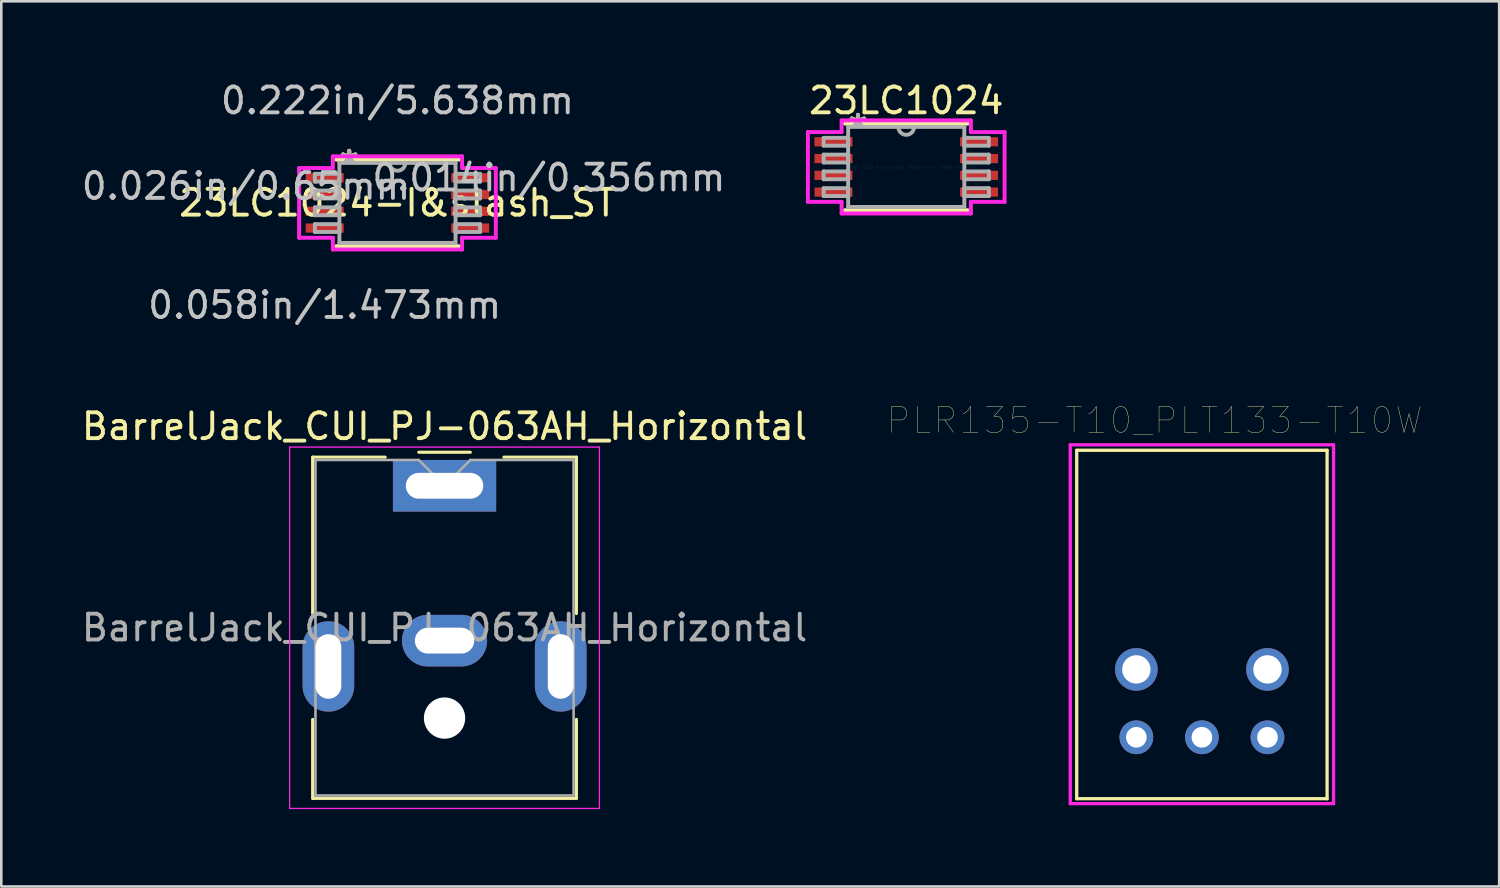
<source format=kicad_pcb>
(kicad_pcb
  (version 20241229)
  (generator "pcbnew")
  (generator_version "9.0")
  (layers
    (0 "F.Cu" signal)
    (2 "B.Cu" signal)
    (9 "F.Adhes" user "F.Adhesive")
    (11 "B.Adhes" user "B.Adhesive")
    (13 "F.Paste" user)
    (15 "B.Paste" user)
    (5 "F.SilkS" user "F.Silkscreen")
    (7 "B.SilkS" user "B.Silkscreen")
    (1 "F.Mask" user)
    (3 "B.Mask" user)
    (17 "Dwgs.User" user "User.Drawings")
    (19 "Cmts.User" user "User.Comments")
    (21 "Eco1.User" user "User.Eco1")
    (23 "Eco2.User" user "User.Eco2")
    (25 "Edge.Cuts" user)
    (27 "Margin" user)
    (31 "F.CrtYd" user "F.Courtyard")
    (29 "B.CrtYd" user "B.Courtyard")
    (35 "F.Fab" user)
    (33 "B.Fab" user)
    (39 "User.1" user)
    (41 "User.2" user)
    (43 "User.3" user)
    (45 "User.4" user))
  (footprint "23LC1024-I&slash_ST"
    (layer "F.Cu")
    (at 12.349 4.811)
    (property "Reference" "23LC1024-I&slash_ST" (at 0 0 0) (layer "F.SilkS") (effects (font (size 1 1) (thickness 0.15))))
    (attr through_hole)
    (fp_line (start -2.377 1.677) (end 2.377 1.677) (stroke (width 0.152) (type solid)) (layer "F.SilkS"))
    (fp_line (start 2.377 -1.677) (end -2.377 -1.677) (stroke (width 0.152) (type solid)) (layer "F.SilkS"))
    (fp_line (start -3.81 -1.351) (end -2.504 -1.351) (stroke (width 0.152) (type solid)) (layer "F.CrtYd"))
    (fp_line (start -3.81 1.351) (end -3.81 -1.351) (stroke (width 0.152) (type solid)) (layer "F.CrtYd"))
    (fp_line (start -2.504 -1.804) (end 2.504 -1.804) (stroke (width 0.152) (type solid)) (layer "F.CrtYd"))
    (fp_line (start -2.504 -1.351) (end -2.504 -1.804) (stroke (width 0.152) (type solid)) (layer "F.CrtYd"))
    (fp_line (start -2.504 1.351) (end -3.81 1.351) (stroke (width 0.152) (type solid)) (layer "F.CrtYd"))
    (fp_line (start -2.504 1.804) (end -2.504 1.351) (stroke (width 0.152) (type solid)) (layer "F.CrtYd"))
    (fp_line (start 2.504 -1.804) (end 2.504 -1.351) (stroke (width 0.152) (type solid)) (layer "F.CrtYd"))
    (fp_line (start 2.504 -1.351) (end 3.81 -1.351) (stroke (width 0.152) (type solid)) (layer "F.CrtYd"))
    (fp_line (start 2.504 1.351) (end 2.504 1.804) (stroke (width 0.152) (type solid)) (layer "F.CrtYd"))
    (fp_line (start 2.504 1.804) (end -2.504 1.804) (stroke (width 0.152) (type solid)) (layer "F.CrtYd"))
    (fp_line (start 3.81 -1.351) (end 3.81 1.351) (stroke (width 0.152) (type solid)) (layer "F.CrtYd"))
    (fp_line (start 3.81 1.351) (end 2.504 1.351) (stroke (width 0.152) (type solid)) (layer "F.CrtYd"))
    (fp_line (start -3.2 -1.127) (end -3.2 -0.823) (stroke (width 0.152) (type solid)) (layer "F.Fab"))
    (fp_line (start -3.2 -0.823) (end -2.25 -0.823) (stroke (width 0.152) (type solid)) (layer "F.Fab"))
    (fp_line (start -3.2 -0.477) (end -3.2 -0.173) (stroke (width 0.152) (type solid)) (layer "F.Fab"))
    (fp_line (start -3.2 -0.173) (end -2.25 -0.173) (stroke (width 0.152) (type solid)) (layer "F.Fab"))
    (fp_line (start -3.2 0.173) (end -3.2 0.477) (stroke (width 0.152) (type solid)) (layer "F.Fab"))
    (fp_line (start -3.2 0.477) (end -2.25 0.477) (stroke (width 0.152) (type solid)) (layer "F.Fab"))
    (fp_line (start -3.2 0.823) (end -3.2 1.127) (stroke (width 0.152) (type solid)) (layer "F.Fab"))
    (fp_line (start -3.2 1.127) (end -2.25 1.127) (stroke (width 0.152) (type solid)) (layer "F.Fab"))
    (fp_line (start -2.25 -1.55) (end -2.25 1.55) (stroke (width 0.152) (type solid)) (layer "F.Fab"))
    (fp_line (start -2.25 -1.127) (end -3.2 -1.127) (stroke (width 0.152) (type solid)) (layer "F.Fab"))
    (fp_line (start -2.25 -0.823) (end -2.25 -1.127) (stroke (width 0.152) (type solid)) (layer "F.Fab"))
    (fp_line (start -2.25 -0.477) (end -3.2 -0.477) (stroke (width 0.152) (type solid)) (layer "F.Fab"))
    (fp_line (start -2.25 -0.173) (end -2.25 -0.477) (stroke (width 0.152) (type solid)) (layer "F.Fab"))
    (fp_line (start -2.25 0.173) (end -3.2 0.173) (stroke (width 0.152) (type solid)) (layer "F.Fab"))
    (fp_line (start -2.25 0.477) (end -2.25 0.173) (stroke (width 0.152) (type solid)) (layer "F.Fab"))
    (fp_line (start -2.25 0.823) (end -3.2 0.823) (stroke (width 0.152) (type solid)) (layer "F.Fab"))
    (fp_line (start -2.25 1.127) (end -2.25 0.823) (stroke (width 0.152) (type solid)) (layer "F.Fab"))
    (fp_line (start -2.25 1.55) (end 2.25 1.55) (stroke (width 0.152) (type solid)) (layer "F.Fab"))
    (fp_line (start 2.25 -1.55) (end -2.25 -1.55) (stroke (width 0.152) (type solid)) (layer "F.Fab"))
    (fp_line (start 2.25 -1.127) (end 2.25 -0.823) (stroke (width 0.152) (type solid)) (layer "F.Fab"))
    (fp_line (start 2.25 -0.823) (end 3.2 -0.823) (stroke (width 0.152) (type solid)) (layer "F.Fab"))
    (fp_line (start 2.25 -0.477) (end 2.25 -0.173) (stroke (width 0.152) (type solid)) (layer "F.Fab"))
    (fp_line (start 2.25 -0.173) (end 3.2 -0.173) (stroke (width 0.152) (type solid)) (layer "F.Fab"))
    (fp_line (start 2.25 0.173) (end 2.25 0.477) (stroke (width 0.152) (type solid)) (layer "F.Fab"))
    (fp_line (start 2.25 0.477) (end 3.2 0.477) (stroke (width 0.152) (type solid)) (layer "F.Fab"))
    (fp_line (start 2.25 0.823) (end 2.25 1.127) (stroke (width 0.152) (type solid)) (layer "F.Fab"))
    (fp_line (start 2.25 1.127) (end 3.2 1.127) (stroke (width 0.152) (type solid)) (layer "F.Fab"))
    (fp_line (start 2.25 1.55) (end 2.25 -1.55) (stroke (width 0.152) (type solid)) (layer "F.Fab"))
    (fp_line (start 3.2 -1.127) (end 2.25 -1.127) (stroke (width 0.152) (type solid)) (layer "F.Fab"))
    (fp_line (start 3.2 -0.823) (end 3.2 -1.127) (stroke (width 0.152) (type solid)) (layer "F.Fab"))
    (fp_line (start 3.2 -0.477) (end 2.25 -0.477) (stroke (width 0.152) (type solid)) (layer "F.Fab"))
    (fp_line (start 3.2 -0.173) (end 3.2 -0.477) (stroke (width 0.152) (type solid)) (layer "F.Fab"))
    (fp_line (start 3.2 0.173) (end 2.25 0.173) (stroke (width 0.152) (type solid)) (layer "F.Fab"))
    (fp_line (start 3.2 0.477) (end 3.2 0.173) (stroke (width 0.152) (type solid)) (layer "F.Fab"))
    (fp_line (start 3.2 0.823) (end 2.25 0.823) (stroke (width 0.152) (type solid)) (layer "F.Fab"))
    (fp_line (start 3.2 1.127) (end 3.2 0.823) (stroke (width 0.152) (type solid)) (layer "F.Fab"))
    (fp_arc (start 0.3048 -1.549999) (mid 0 -1.245199) (end -0.3048 -1.549999) (stroke (width 0.1524) (type solid)) (layer "F.Fab"))
    (fp_text user "*" (at -1.869 -1.474 0) (layer "F.SilkS") (effects (font (size 1 1) (thickness 0.15))))
    (fp_text user "*" (at -1.869 -1.474 0) (layer "F.SilkS") (effects (font (size 1 1) (thickness 0.15))))
    (fp_text user "0.058in/1.473mm" (at -2.819 3.963 0) (layer "Dwgs.User") (effects (font (size 1 1) (thickness 0.15))))
    (fp_text user "0.026in/0.65mm" (at -5.867 -0.65 0) (layer "Dwgs.User") (effects (font (size 1 1) (thickness 0.15))))
    (fp_text user "0.222in/5.638mm" (at 0 -3.963 0) (layer "Dwgs.User") (effects (font (size 1 1) (thickness 0.15))))
    (fp_text user "0.014in/0.356mm" (at 5.867 -0.975 0) (layer "Dwgs.User") (effects (font (size 1 1) (thickness 0.15))))
    (fp_text user "Copyright 2016 Accelerated Designs. All rights reserved." (at 0 0 0) (layer "Cmts.User") (effects (font (size 0.127 0.127) (thickness 0.002))))
    (fp_text user "*" (at -1.869 -1.474 0) (layer "F.Fab") (effects (font (size 1 1) (thickness 0.15))))
    (fp_text user "*" (at -1.869 -1.474 0) (layer "F.Fab") (effects (font (size 1 1) (thickness 0.15))))
    (pad "1" smd rect (at -2.819 -0.975) (size 1.473 0.356) (layers "F.Cu" "F.Mask" "F.Paste"))
    (pad "2" smd rect (at -2.819 -0.325) (size 1.473 0.356) (layers "F.Cu" "F.Mask" "F.Paste"))
    (pad "3" smd rect (at -2.819 0.325) (size 1.473 0.356) (layers "F.Cu" "F.Mask" "F.Paste"))
    (pad "4" smd rect (at -2.819 0.975) (size 1.473 0.356) (layers "F.Cu" "F.Mask" "F.Paste"))
    (pad "5" smd rect (at 2.819 0.975) (size 1.473 0.356) (layers "F.Cu" "F.Mask" "F.Paste"))
    (pad "6" smd rect (at 2.819 0.325) (size 1.473 0.356) (layers "F.Cu" "F.Mask" "F.Paste"))
    (pad "7" smd rect (at 2.819 -0.325) (size 1.473 0.356) (layers "F.Cu" "F.Mask" "F.Paste"))
    (pad "8" smd rect (at 2.819 -0.975) (size 1.473 0.356) (layers "F.Cu" "F.Mask" "F.Paste")))
  (footprint "PLR135-T10_PLT133-T10W"
    (layer "F.Cu")
    (at 43.516 22.885)
    (property "Reference" "PLR135-T10_PLT133-T10W" (at -1.828 -9.65 180) (layer "F.SilkS") (effects (font (size 1.002 1.002) (thickness 0.015))))
    (attr through_hole)
    (fp_line (start -4.85 -8.49) (end -4.85 5.01) (stroke (width 0.127) (type solid)) (layer "F.SilkS"))
    (fp_line (start 4.85 -8.49) (end -4.85 -8.49) (stroke (width 0.127) (type solid)) (layer "F.SilkS"))
    (fp_line (start 4.85 -8.49) (end 4.85 5.01) (stroke (width 0.127) (type solid)) (layer "F.SilkS"))
    (fp_line (start 4.85 5.01) (end -4.85 5.01) (stroke (width 0.127) (type solid)) (layer "F.SilkS"))
    (fp_line (start -5.1 -8.7) (end 5.1 -8.7) (stroke (width 0.127) (type solid)) (layer "F.CrtYd"))
    (fp_line (start -5.1 5.2) (end -5.1 -8.7) (stroke (width 0.127) (type solid)) (layer "F.CrtYd"))
    (fp_line (start 5.1 -8.7) (end 5.1 5.2) (stroke (width 0.127) (type solid)) (layer "F.CrtYd"))
    (fp_line (start 5.1 5.2) (end -5.1 5.2) (stroke (width 0.127) (type solid)) (layer "F.CrtYd"))
    (pad "1" thru_hole circle (at 2.54 2.63) (size 1.308 1.308) (drill 0.8) (layers "*.Cu" "*.Mask"))
    (pad "2" thru_hole circle (at 0 2.63) (size 1.308 1.308) (drill 0.8) (layers "*.Cu" "*.Mask"))
    (pad "3" thru_hole circle (at -2.54 2.63) (size 1.308 1.308) (drill 0.8) (layers "*.Cu" "*.Mask"))
    (pad "NC1" thru_hole circle (at 2.54 0) (size 1.65 1.65) (drill 1.1) (layers "*.Cu" "*.Mask"))
    (pad "NC2" thru_hole circle (at -2.54 0) (size 1.65 1.65) (drill 1.1) (layers "*.Cu" "*.Mask")))
  (footprint "BarrelJack_CUI_PJ-063AH_Horizontal"
    (layer "F.Cu")
    (at 14.173 15.771)
    (property "Reference" "BarrelJack_CUI_PJ-063AH_Horizontal" (at 0 -2.3 0) (layer "F.SilkS") (effects (font (size 1 1) (thickness 0.15))))
    (attr through_hole)
    (fp_line (start -5.11 -1.11) (end -2.3 -1.11) (stroke (width 0.12) (type solid)) (layer "F.SilkS"))
    (fp_line (start -5.11 4.95) (end -5.11 -1.11) (stroke (width 0.12) (type solid)) (layer "F.SilkS"))
    (fp_line (start -5.11 12.11) (end -5.11 9.05) (stroke (width 0.12) (type solid)) (layer "F.SilkS"))
    (fp_line (start -1 -1.3) (end 1 -1.3) (stroke (width 0.12) (type solid)) (layer "F.SilkS"))
    (fp_line (start 2.3 -1.11) (end 5.11 -1.11) (stroke (width 0.12) (type solid)) (layer "F.SilkS"))
    (fp_line (start 5.11 -1.11) (end 5.11 4.95) (stroke (width 0.12) (type solid)) (layer "F.SilkS"))
    (fp_line (start 5.11 9.05) (end 5.11 12.11) (stroke (width 0.12) (type solid)) (layer "F.SilkS"))
    (fp_line (start 5.11 12.11) (end -5.11 12.11) (stroke (width 0.12) (type solid)) (layer "F.SilkS"))
    (fp_line (start -6 -1.5) (end -6 12.5) (stroke (width 0.05) (type solid)) (layer "F.CrtYd"))
    (fp_line (start -6 12.5) (end 6 12.5) (stroke (width 0.05) (type solid)) (layer "F.CrtYd"))
    (fp_line (start 6 -1.5) (end -6 -1.5) (stroke (width 0.05) (type solid)) (layer "F.CrtYd"))
    (fp_line (start 6 12.5) (end 6 -1.5) (stroke (width 0.05) (type solid)) (layer "F.CrtYd"))
    (fp_line (start -5 -1) (end -1 -1) (stroke (width 0.1) (type solid)) (layer "F.Fab"))
    (fp_line (start -5 12) (end -5 -1) (stroke (width 0.1) (type solid)) (layer "F.Fab"))
    (fp_line (start -1 -1) (end 0 0) (stroke (width 0.1) (type solid)) (layer "F.Fab"))
    (fp_line (start 0 0) (end 1 -1) (stroke (width 0.1) (type solid)) (layer "F.Fab"))
    (fp_line (start 1 -1) (end 5 -1) (stroke (width 0.1) (type solid)) (layer "F.Fab"))
    (fp_line (start 5 -1) (end 5 12) (stroke (width 0.1) (type solid)) (layer "F.Fab"))
    (fp_line (start 5 12) (end -5 12) (stroke (width 0.1) (type solid)) (layer "F.Fab"))
    (fp_text user "${REFERENCE}" (at 0 5.5 0) (layer "F.Fab") (effects (font (size 1 1) (thickness 0.15))))
    (pad "" np_thru_hole circle (at 0 9) (size 1.6 1.6) (drill 1.6) (layers "*.Cu" "*.Mask"))
    (pad "1" thru_hole rect (at 0 0) (size 4 2) (drill oval 3 1) (layers "*.Cu" "*.Mask"))
    (pad "2" thru_hole oval (at 0 6) (size 3.3 2) (drill oval 2.3 1) (layers "*.Cu" "*.Mask"))
    (pad "MP" thru_hole oval (at -4.5 7) (size 2 3.5) (drill oval 1 2.5) (layers "*.Cu" "*.Mask"))
    (pad "MP" thru_hole oval (at 4.5 7) (size 2 3.5) (drill oval 1 2.5) (layers "*.Cu" "*.Mask")))
  (footprint "23LC1024"
    (layer "F.Cu")
    (at 32.061 3.418)
    (property "Reference" "23LC1024" (at 0 -2.57 0) (layer "F.SilkS") (effects (font (size 1 1) (thickness 0.15))))
    (property "Value" "${VALUE}" (at 0.06 2.77 0) (layer "F.Fab") (hide yes) (effects (font (size 1 1) (thickness 0.15))))
    (attr through_hole)
    (fp_line (start -2.377 1.677) (end 2.377 1.677) (stroke (width 0.152) (type solid)) (layer "F.SilkS"))
    (fp_line (start 2.377 -1.677) (end -2.377 -1.677) (stroke (width 0.152) (type solid)) (layer "F.SilkS"))
    (fp_line (start -3.81 -1.351) (end -2.504 -1.351) (stroke (width 0.152) (type solid)) (layer "F.CrtYd"))
    (fp_line (start -3.81 1.351) (end -3.81 -1.351) (stroke (width 0.152) (type solid)) (layer "F.CrtYd"))
    (fp_line (start -2.504 -1.804) (end 2.504 -1.804) (stroke (width 0.152) (type solid)) (layer "F.CrtYd"))
    (fp_line (start -2.504 -1.351) (end -2.504 -1.804) (stroke (width 0.152) (type solid)) (layer "F.CrtYd"))
    (fp_line (start -2.504 1.351) (end -3.81 1.351) (stroke (width 0.152) (type solid)) (layer "F.CrtYd"))
    (fp_line (start -2.504 1.804) (end -2.504 1.351) (stroke (width 0.152) (type solid)) (layer "F.CrtYd"))
    (fp_line (start 2.504 -1.804) (end 2.504 -1.351) (stroke (width 0.152) (type solid)) (layer "F.CrtYd"))
    (fp_line (start 2.504 -1.351) (end 3.81 -1.351) (stroke (width 0.152) (type solid)) (layer "F.CrtYd"))
    (fp_line (start 2.504 1.351) (end 2.504 1.804) (stroke (width 0.152) (type solid)) (layer "F.CrtYd"))
    (fp_line (start 2.504 1.804) (end -2.504 1.804) (stroke (width 0.152) (type solid)) (layer "F.CrtYd"))
    (fp_line (start 3.81 -1.351) (end 3.81 1.351) (stroke (width 0.152) (type solid)) (layer "F.CrtYd"))
    (fp_line (start 3.81 1.351) (end 2.504 1.351) (stroke (width 0.152) (type solid)) (layer "F.CrtYd"))
    (fp_line (start -3.2 -1.127) (end -3.2 -0.823) (stroke (width 0.152) (type solid)) (layer "F.Fab"))
    (fp_line (start -3.2 -0.823) (end -2.25 -0.823) (stroke (width 0.152) (type solid)) (layer "F.Fab"))
    (fp_line (start -3.2 -0.477) (end -3.2 -0.173) (stroke (width 0.152) (type solid)) (layer "F.Fab"))
    (fp_line (start -3.2 -0.173) (end -2.25 -0.173) (stroke (width 0.152) (type solid)) (layer "F.Fab"))
    (fp_line (start -3.2 0.173) (end -3.2 0.477) (stroke (width 0.152) (type solid)) (layer "F.Fab"))
    (fp_line (start -3.2 0.477) (end -2.25 0.477) (stroke (width 0.152) (type solid)) (layer "F.Fab"))
    (fp_line (start -3.2 0.823) (end -3.2 1.127) (stroke (width 0.152) (type solid)) (layer "F.Fab"))
    (fp_line (start -3.2 1.127) (end -2.25 1.127) (stroke (width 0.152) (type solid)) (layer "F.Fab"))
    (fp_line (start -2.25 -1.55) (end -2.25 1.55) (stroke (width 0.152) (type solid)) (layer "F.Fab"))
    (fp_line (start -2.25 -1.127) (end -3.2 -1.127) (stroke (width 0.152) (type solid)) (layer "F.Fab"))
    (fp_line (start -2.25 -0.823) (end -2.25 -1.127) (stroke (width 0.152) (type solid)) (layer "F.Fab"))
    (fp_line (start -2.25 -0.477) (end -3.2 -0.477) (stroke (width 0.152) (type solid)) (layer "F.Fab"))
    (fp_line (start -2.25 -0.173) (end -2.25 -0.477) (stroke (width 0.152) (type solid)) (layer "F.Fab"))
    (fp_line (start -2.25 0.173) (end -3.2 0.173) (stroke (width 0.152) (type solid)) (layer "F.Fab"))
    (fp_line (start -2.25 0.477) (end -2.25 0.173) (stroke (width 0.152) (type solid)) (layer "F.Fab"))
    (fp_line (start -2.25 0.823) (end -3.2 0.823) (stroke (width 0.152) (type solid)) (layer "F.Fab"))
    (fp_line (start -2.25 1.127) (end -2.25 0.823) (stroke (width 0.152) (type solid)) (layer "F.Fab"))
    (fp_line (start -2.25 1.55) (end 2.25 1.55) (stroke (width 0.152) (type solid)) (layer "F.Fab"))
    (fp_line (start 2.25 -1.55) (end -2.25 -1.55) (stroke (width 0.152) (type solid)) (layer "F.Fab"))
    (fp_line (start 2.25 -1.127) (end 2.25 -0.823) (stroke (width 0.152) (type solid)) (layer "F.Fab"))
    (fp_line (start 2.25 -0.823) (end 3.2 -0.823) (stroke (width 0.152) (type solid)) (layer "F.Fab"))
    (fp_line (start 2.25 -0.477) (end 2.25 -0.173) (stroke (width 0.152) (type solid)) (layer "F.Fab"))
    (fp_line (start 2.25 -0.173) (end 3.2 -0.173) (stroke (width 0.152) (type solid)) (layer "F.Fab"))
    (fp_line (start 2.25 0.173) (end 2.25 0.477) (stroke (width 0.152) (type solid)) (layer "F.Fab"))
    (fp_line (start 2.25 0.477) (end 3.2 0.477) (stroke (width 0.152) (type solid)) (layer "F.Fab"))
    (fp_line (start 2.25 0.823) (end 2.25 1.127) (stroke (width 0.152) (type solid)) (layer "F.Fab"))
    (fp_line (start 2.25 1.127) (end 3.2 1.127) (stroke (width 0.152) (type solid)) (layer "F.Fab"))
    (fp_line (start 2.25 1.55) (end 2.25 -1.55) (stroke (width 0.152) (type solid)) (layer "F.Fab"))
    (fp_line (start 3.2 -1.127) (end 2.25 -1.127) (stroke (width 0.152) (type solid)) (layer "F.Fab"))
    (fp_line (start 3.2 -0.823) (end 3.2 -1.127) (stroke (width 0.152) (type solid)) (layer "F.Fab"))
    (fp_line (start 3.2 -0.477) (end 2.25 -0.477) (stroke (width 0.152) (type solid)) (layer "F.Fab"))
    (fp_line (start 3.2 -0.173) (end 3.2 -0.477) (stroke (width 0.152) (type solid)) (layer "F.Fab"))
    (fp_line (start 3.2 0.173) (end 2.25 0.173) (stroke (width 0.152) (type solid)) (layer "F.Fab"))
    (fp_line (start 3.2 0.477) (end 3.2 0.173) (stroke (width 0.152) (type solid)) (layer "F.Fab"))
    (fp_line (start 3.2 0.823) (end 2.25 0.823) (stroke (width 0.152) (type solid)) (layer "F.Fab"))
    (fp_line (start 3.2 1.127) (end 3.2 0.823) (stroke (width 0.152) (type solid)) (layer "F.Fab"))
    (fp_arc (start 0.3048 -1.549999) (mid 0 -1.245199) (end -0.3048 -1.549999) (stroke (width 0.1524) (type solid)) (layer "F.Fab"))
    (fp_text user "*" (at -1.869 -1.474 0) (layer "F.SilkS") (effects (font (size 1 1) (thickness 0.15))))
    (fp_text user "*" (at -1.869 -1.474 0) (layer "F.SilkS") (effects (font (size 1 1) (thickness 0.15))))
    (fp_text user "Copyright 2016 Accelerated Designs. All rights reserved." (at 0 0 0) (layer "Cmts.User") (effects (font (size 0.127 0.127) (thickness 0.002))))
    (fp_text user "*" (at -1.869 -1.474 0) (layer "F.Fab") (effects (font (size 1 1) (thickness 0.15))))
    (fp_text user "*" (at -1.869 -1.474 0) (layer "F.Fab") (effects (font (size 1 1) (thickness 0.15))))
    (pad "1" smd rect (at -2.819 -0.975) (size 1.473 0.356) (layers "F.Cu" "F.Mask" "F.Paste"))
    (pad "2" smd rect (at -2.819 -0.325) (size 1.473 0.356) (layers "F.Cu" "F.Mask" "F.Paste"))
    (pad "3" smd rect (at -2.819 0.325) (size 1.473 0.356) (layers "F.Cu" "F.Mask" "F.Paste"))
    (pad "4" smd rect (at -2.819 0.975) (size 1.473 0.356) (layers "F.Cu" "F.Mask" "F.Paste"))
    (pad "5" smd rect (at 2.819 0.975) (size 1.473 0.356) (layers "F.Cu" "F.Mask" "F.Paste"))
    (pad "6" smd rect (at 2.819 0.325) (size 1.473 0.356) (layers "F.Cu" "F.Mask" "F.Paste"))
    (pad "7" smd rect (at 2.819 -0.325) (size 1.473 0.356) (layers "F.Cu" "F.Mask" "F.Paste"))
    (pad "8" smd rect (at 2.819 -0.975) (size 1.473 0.356) (layers "F.Cu" "F.Mask" "F.Paste")))
  (gr_rect
    (start -3 -3)
    (end 55.032 31.296)
    (stroke (width 0.1) (type default))
    (fill no)
    (layer "Edge.Cuts")))
</source>
